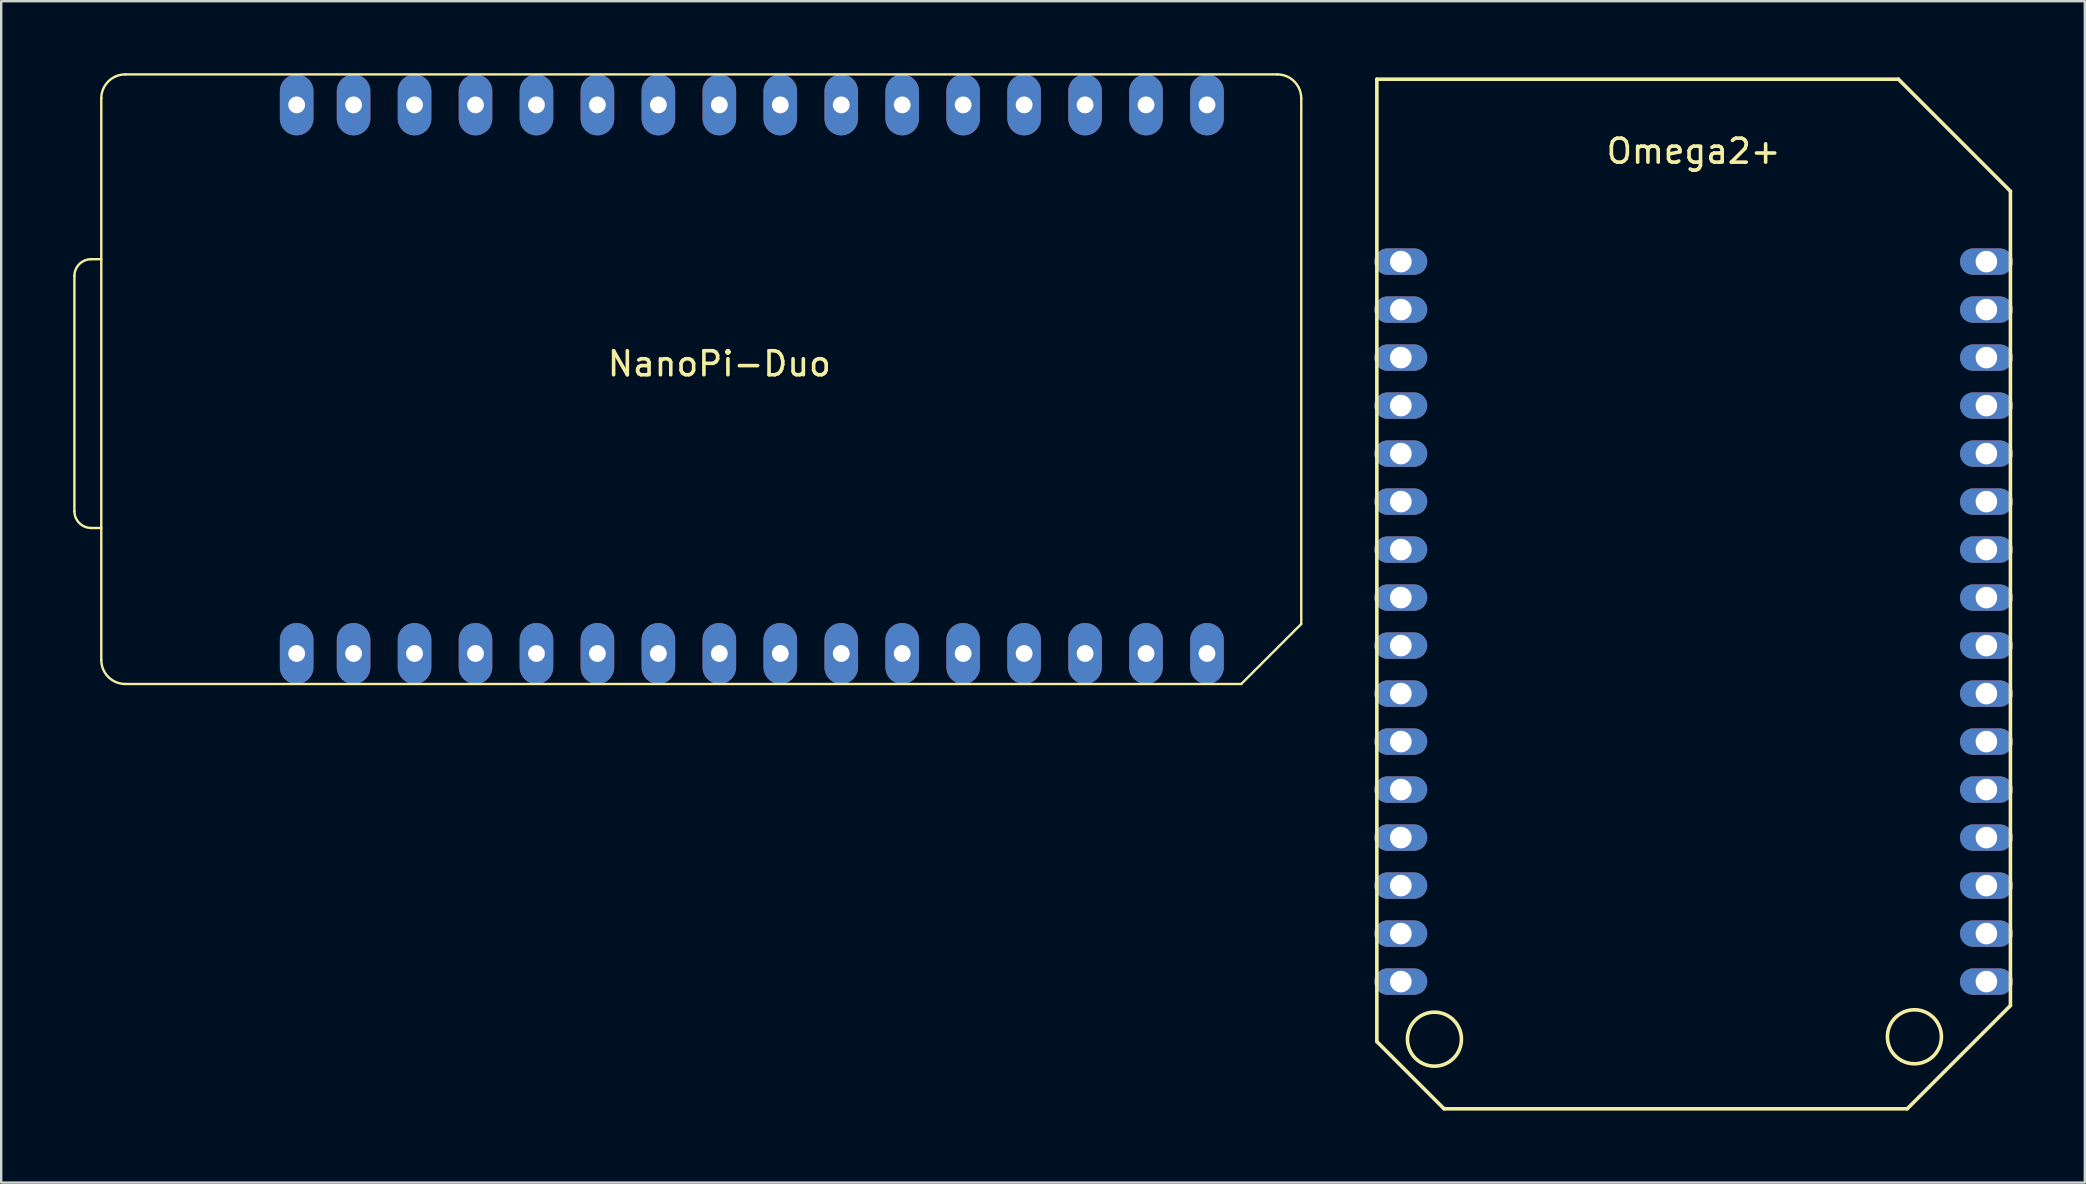
<source format=kicad_pcb>
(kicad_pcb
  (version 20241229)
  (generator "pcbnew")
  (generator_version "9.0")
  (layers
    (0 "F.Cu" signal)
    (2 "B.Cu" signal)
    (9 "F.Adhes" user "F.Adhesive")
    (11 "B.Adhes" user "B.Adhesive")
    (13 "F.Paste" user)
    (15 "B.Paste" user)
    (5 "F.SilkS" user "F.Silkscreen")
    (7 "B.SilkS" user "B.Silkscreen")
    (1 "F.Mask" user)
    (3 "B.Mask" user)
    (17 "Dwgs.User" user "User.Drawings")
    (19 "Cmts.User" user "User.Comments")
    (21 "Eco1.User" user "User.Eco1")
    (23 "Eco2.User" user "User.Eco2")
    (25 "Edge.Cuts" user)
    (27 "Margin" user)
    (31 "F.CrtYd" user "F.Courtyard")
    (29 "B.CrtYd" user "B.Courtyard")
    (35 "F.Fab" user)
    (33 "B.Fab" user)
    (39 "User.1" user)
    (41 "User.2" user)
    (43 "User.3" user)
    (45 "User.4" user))
  (footprint "Omega2+"
    (layer "F.Cu")
    (at 67.52 0.25)
    (property "Reference" "Omega2+" (at 0 3 0) (layer "F.SilkS") (effects (font (size 1 1) (thickness 0.15))))
    (attr through_hole)
    (fp_line (start -13.2 0) (end -13.2 40.1) (stroke (width 0.15) (type solid)) (layer "F.SilkS"))
    (fp_line (start -13.2 40.1) (end -10.4 42.9) (stroke (width 0.15) (type solid)) (layer "F.SilkS"))
    (fp_line (start -10.4 42.9) (end 8.9 42.9) (stroke (width 0.15) (type solid)) (layer "F.SilkS"))
    (fp_line (start 8.533 0) (end -13.2 0) (stroke (width 0.15) (type solid)) (layer "F.SilkS"))
    (fp_line (start 8.9 42.9) (end 13.2 38.6) (stroke (width 0.15) (type solid)) (layer "F.SilkS"))
    (fp_line (start 13.2 4.667) (end 8.533 0) (stroke (width 0.15) (type solid)) (layer "F.SilkS"))
    (fp_line (start 13.2 38.6) (end 13.2 4.667) (stroke (width 0.15) (type solid)) (layer "F.SilkS"))
    (fp_circle (center -10.8 40) (end -9.675 40) (stroke (width 0.15) (type solid)) (fill no) (layer "F.SilkS"))
    (fp_circle (center 9.2 39.9) (end 8.075 39.9) (stroke (width 0.15) (type solid)) (fill no) (layer "F.SilkS"))
    (pad "1" thru_hole oval (at -12.2 7.6) (size 2.2 1.1) (drill 0.9) (layers "*.Cu" "*.Mask"))
    (pad "2" thru_hole oval (at -12.2 9.6) (size 2.2 1.1) (drill 0.9) (layers "*.Cu" "*.Mask"))
    (pad "3" thru_hole oval (at -12.2 11.6) (size 2.2 1.1) (drill 0.9) (layers "*.Cu" "*.Mask"))
    (pad "4" thru_hole oval (at -12.2 13.6) (size 2.2 1.1) (drill 0.9) (layers "*.Cu" "*.Mask"))
    (pad "5" thru_hole oval (at -12.2 15.6) (size 2.2 1.1) (drill 0.9) (layers "*.Cu" "*.Mask"))
    (pad "6" thru_hole oval (at -12.2 17.6) (size 2.2 1.1) (drill 0.9) (layers "*.Cu" "*.Mask"))
    (pad "7" thru_hole oval (at -12.2 19.6) (size 2.2 1.1) (drill 0.9) (layers "*.Cu" "*.Mask"))
    (pad "8" thru_hole oval (at -12.2 21.6) (size 2.2 1.1) (drill 0.9) (layers "*.Cu" "*.Mask"))
    (pad "9" thru_hole oval (at -12.2 23.6) (size 2.2 1.1) (drill 0.9) (layers "*.Cu" "*.Mask"))
    (pad "10" thru_hole oval (at -12.2 25.6) (size 2.2 1.1) (drill 0.9) (layers "*.Cu" "*.Mask"))
    (pad "11" thru_hole oval (at -12.2 27.6) (size 2.2 1.1) (drill 0.9) (layers "*.Cu" "*.Mask"))
    (pad "12" thru_hole oval (at -12.2 29.6) (size 2.2 1.1) (drill 0.9) (layers "*.Cu" "*.Mask"))
    (pad "13" thru_hole oval (at -12.2 31.6) (size 2.2 1.1) (drill 0.9) (layers "*.Cu" "*.Mask"))
    (pad "14" thru_hole oval (at -12.2 33.6) (size 2.2 1.1) (drill 0.9) (layers "*.Cu" "*.Mask"))
    (pad "15" thru_hole oval (at -12.2 35.6) (size 2.2 1.1) (drill 0.9) (layers "*.Cu" "*.Mask"))
    (pad "16" thru_hole oval (at -12.2 37.6) (size 2.2 1.1) (drill 0.9) (layers "*.Cu" "*.Mask"))
    (pad "17" thru_hole oval (at 12.2 37.6) (size 2.2 1.1) (drill 0.9) (layers "*.Cu" "*.Mask"))
    (pad "18" thru_hole oval (at 12.2 35.6) (size 2.2 1.1) (drill 0.9) (layers "*.Cu" "*.Mask"))
    (pad "19" thru_hole oval (at 12.2 33.6) (size 2.2 1.1) (drill 0.9) (layers "*.Cu" "*.Mask"))
    (pad "20" thru_hole oval (at 12.2 31.6) (size 2.2 1.1) (drill 0.9) (layers "*.Cu" "*.Mask"))
    (pad "21" thru_hole oval (at 12.2 29.6) (size 2.2 1.1) (drill 0.9) (layers "*.Cu" "*.Mask"))
    (pad "22" thru_hole oval (at 12.2 27.6) (size 2.2 1.1) (drill 0.9) (layers "*.Cu" "*.Mask"))
    (pad "23" thru_hole oval (at 12.2 25.6) (size 2.2 1.1) (drill 0.9) (layers "*.Cu" "*.Mask"))
    (pad "24" thru_hole oval (at 12.2 23.6) (size 2.2 1.1) (drill 0.9) (layers "*.Cu" "*.Mask"))
    (pad "25" thru_hole oval (at 12.2 21.6) (size 2.2 1.1) (drill 0.9) (layers "*.Cu" "*.Mask"))
    (pad "26" thru_hole oval (at 12.2 19.6) (size 2.2 1.1) (drill 0.9) (layers "*.Cu" "*.Mask"))
    (pad "27" thru_hole oval (at 12.2 17.6) (size 2.2 1.1) (drill 0.9) (layers "*.Cu" "*.Mask"))
    (pad "28" thru_hole oval (at 12.2 15.6) (size 2.2 1.1) (drill 0.9) (layers "*.Cu" "*.Mask"))
    (pad "29" thru_hole oval (at 12.2 13.6) (size 2.2 1.1) (drill 0.9) (layers "*.Cu" "*.Mask"))
    (pad "30" thru_hole oval (at 12.2 11.6) (size 2.2 1.1) (drill 0.9) (layers "*.Cu" "*.Mask"))
    (pad "31" thru_hole oval (at 12.2 9.6) (size 2.2 1.1) (drill 0.9) (layers "*.Cu" "*.Mask"))
    (pad "32" thru_hole oval (at 12.2 7.6) (size 2.2 1.1) (drill 0.9) (layers "*.Cu" "*.Mask")))
  (footprint "NanoPi-Duo"
    (layer "F.Cu")
    (at 26.923 12.11)
    (property "Reference" "NanoPi-Duo" (at 0 0 0) (layer "F.SilkS") (effects (font (size 1 1) (thickness 0.15))))
    (attr through_hole)
    (fp_line (start -26.873 6.14) (end -26.873 -3.66) (stroke (width 0.1) (type solid)) (layer "F.SilkS"))
    (fp_line (start -26.173 -4.36) (end -25.753 -4.36) (stroke (width 0.1) (type solid)) (layer "F.SilkS"))
    (fp_line (start -26.173 6.84) (end -25.753 6.84) (stroke (width 0.1) (type solid)) (layer "F.SilkS"))
    (fp_line (start -25.753 -11.06) (end -25.753 12.34) (stroke (width 0.1) (type solid)) (layer "F.SilkS"))
    (fp_line (start -24.753 13.34) (end 21.747 13.34) (stroke (width 0.1) (type solid)) (layer "F.SilkS"))
    (fp_line (start 21.747 13.34) (end 24.247 10.84) (stroke (width 0.1) (type solid)) (layer "F.SilkS"))
    (fp_line (start 23.247 -12.06) (end -24.753 -12.06) (stroke (width 0.1) (type solid)) (layer "F.SilkS"))
    (fp_line (start 24.247 10.84) (end 24.247 -11.06) (stroke (width 0.1) (type solid)) (layer "F.SilkS"))
    (fp_arc (start -26.872878 -3.660238) (mid -26.667853 -4.155213) (end -26.172878 -4.360238) (stroke (width 0.1) (type solid)) (layer "F.SilkS"))
    (fp_arc (start -26.172878 6.83974) (mid -26.667853 6.634715) (end -26.872878 6.13974) (stroke (width 0.1) (type solid)) (layer "F.SilkS"))
    (fp_arc (start -25.75289 -11.06025) (mid -25.459996 -11.767354) (end -24.752892 -12.060248) (stroke (width 0.1) (type solid)) (layer "F.SilkS"))
    (fp_arc (start -24.752892 13.339752) (mid -25.459996 13.046858) (end -25.75289 12.339754) (stroke (width 0.1) (type solid)) (layer "F.SilkS"))
    (fp_arc (start 23.247114 -12.060248) (mid 23.954218 -11.767354) (end 24.247112 -11.06025) (stroke (width 0.1) (type solid)) (layer "F.SilkS"))
    (pad "1" thru_hole oval (at 20.32 12.07) (size 1.4 2.54) (drill 0.7) (layers "*.Cu" "*.Mask"))
    (pad "2" thru_hole oval (at 17.78 12.07) (size 1.4 2.54) (drill 0.7) (layers "*.Cu" "*.Mask"))
    (pad "3" thru_hole oval (at 15.24 12.07) (size 1.4 2.54) (drill 0.7) (layers "*.Cu" "*.Mask"))
    (pad "4" thru_hole oval (at 12.7 12.07) (size 1.4 2.54) (drill 0.7) (layers "*.Cu" "*.Mask"))
    (pad "5" thru_hole oval (at 10.16 12.07) (size 1.4 2.54) (drill 0.7) (layers "*.Cu" "*.Mask"))
    (pad "6" thru_hole oval (at 7.62 12.07) (size 1.4 2.54) (drill 0.7) (layers "*.Cu" "*.Mask"))
    (pad "7" thru_hole oval (at 5.08 12.07) (size 1.4 2.54) (drill 0.7) (layers "*.Cu" "*.Mask"))
    (pad "8" thru_hole oval (at 2.54 12.07) (size 1.4 2.54) (drill 0.7) (layers "*.Cu" "*.Mask"))
    (pad "9" thru_hole oval (at 0 12.07) (size 1.4 2.54) (drill 0.7) (layers "*.Cu" "*.Mask"))
    (pad "10" thru_hole oval (at -2.54 12.07) (size 1.4 2.54) (drill 0.7) (layers "*.Cu" "*.Mask"))
    (pad "11" thru_hole oval (at -5.08 12.07) (size 1.4 2.54) (drill 0.7) (layers "*.Cu" "*.Mask"))
    (pad "12" thru_hole oval (at -7.62 12.07) (size 1.4 2.54) (drill 0.7) (layers "*.Cu" "*.Mask"))
    (pad "13" thru_hole oval (at -10.16 12.07) (size 1.4 2.54) (drill 0.7) (layers "*.Cu" "*.Mask"))
    (pad "14" thru_hole oval (at -12.7 12.07) (size 1.4 2.54) (drill 0.7) (layers "*.Cu" "*.Mask"))
    (pad "15" thru_hole oval (at -15.24 12.07) (size 1.4 2.54) (drill 0.7) (layers "*.Cu" "*.Mask"))
    (pad "16" thru_hole oval (at -17.612 12.07) (size 1.4 2.54) (drill 0.7) (layers "*.Cu" "*.Mask"))
    (pad "17" thru_hole oval (at -17.612 -10.79) (size 1.4 2.54) (drill 0.7) (layers "*.Cu" "*.Mask"))
    (pad "18" thru_hole oval (at -15.24 -10.79) (size 1.4 2.54) (drill 0.7) (layers "*.Cu" "*.Mask"))
    (pad "19" thru_hole oval (at -12.7 -10.79) (size 1.4 2.54) (drill 0.7) (layers "*.Cu" "*.Mask"))
    (pad "20" thru_hole oval (at -10.16 -10.79) (size 1.4 2.54) (drill 0.7) (layers "*.Cu" "*.Mask"))
    (pad "21" thru_hole oval (at -7.62 -10.79) (size 1.4 2.54) (drill 0.7) (layers "*.Cu" "*.Mask"))
    (pad "22" thru_hole oval (at -5.08 -10.79) (size 1.4 2.54) (drill 0.7) (layers "*.Cu" "*.Mask"))
    (pad "23" thru_hole oval (at -2.54 -10.79) (size 1.4 2.54) (drill 0.7) (layers "*.Cu" "*.Mask"))
    (pad "24" thru_hole oval (at 0 -10.79) (size 1.4 2.54) (drill 0.7) (layers "*.Cu" "*.Mask"))
    (pad "25" thru_hole oval (at 2.54 -10.79) (size 1.4 2.54) (drill 0.7) (layers "*.Cu" "*.Mask"))
    (pad "26" thru_hole oval (at 5.08 -10.79) (size 1.4 2.54) (drill 0.7) (layers "*.Cu" "*.Mask"))
    (pad "27" thru_hole oval (at 7.62 -10.79) (size 1.4 2.54) (drill 0.7) (layers "*.Cu" "*.Mask"))
    (pad "28" thru_hole oval (at 10.16 -10.79) (size 1.4 2.54) (drill 0.7) (layers "*.Cu" "*.Mask"))
    (pad "29" thru_hole oval (at 12.7 -10.79) (size 1.4 2.54) (drill 0.7) (layers "*.Cu" "*.Mask"))
    (pad "30" thru_hole oval (at 15.24 -10.79) (size 1.4 2.54) (drill 0.7) (layers "*.Cu" "*.Mask"))
    (pad "31" thru_hole oval (at 17.78 -10.79) (size 1.4 2.54) (drill 0.7) (layers "*.Cu" "*.Mask"))
    (pad "32" thru_hole oval (at 20.32 -10.79) (size 1.4 2.54) (drill 0.7) (layers "*.Cu" "*.Mask")))
  (gr_rect
    (start -3 -3)
    (end 83.82 46.225)
    (stroke (width 0.1) (type default))
    (fill no)
    (layer "Edge.Cuts")))
</source>
